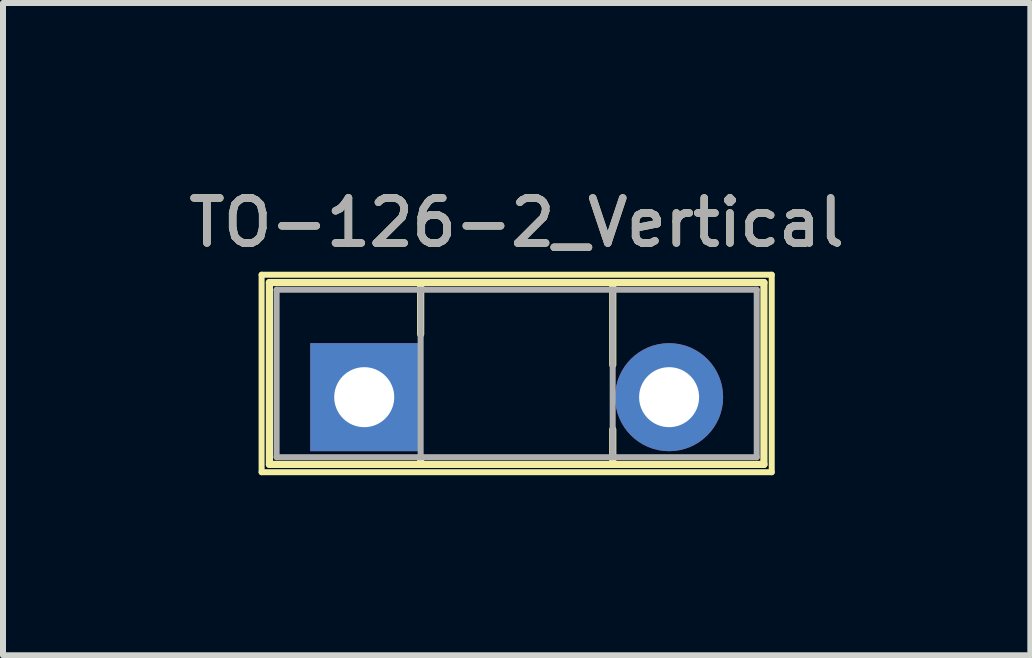
<source format=kicad_pcb>
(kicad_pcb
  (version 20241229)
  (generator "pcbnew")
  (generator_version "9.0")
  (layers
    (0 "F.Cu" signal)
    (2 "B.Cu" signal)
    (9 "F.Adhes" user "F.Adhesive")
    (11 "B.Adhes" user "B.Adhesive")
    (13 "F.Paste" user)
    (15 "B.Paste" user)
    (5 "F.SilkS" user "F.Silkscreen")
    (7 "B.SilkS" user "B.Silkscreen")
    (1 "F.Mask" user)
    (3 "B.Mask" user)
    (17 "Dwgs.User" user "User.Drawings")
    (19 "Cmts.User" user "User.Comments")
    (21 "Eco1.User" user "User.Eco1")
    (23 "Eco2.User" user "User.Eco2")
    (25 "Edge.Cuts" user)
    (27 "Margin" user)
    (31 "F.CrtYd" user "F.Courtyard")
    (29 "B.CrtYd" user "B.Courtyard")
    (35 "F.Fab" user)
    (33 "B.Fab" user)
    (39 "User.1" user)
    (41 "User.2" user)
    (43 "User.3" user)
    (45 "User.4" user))
  (footprint "TO-126-2_Vertical"
    (layer "F.Cu")
    (at 3.019 3.568)
    (property "Reference" "TO-126-2_Vertical" (at 2.54 -2.91 0) (layer "F.SilkS") (effects (font (size 0.75 0.75) (thickness 0.125))))
    (attr through_hole)
    (fp_line (start -1.71 -2.04) (end -1.71 1.25) (stroke (width 0.1) (type solid)) (layer "F.SilkS"))
    (fp_line (start -1.71 1.25) (end 6.79 1.25) (stroke (width 0.1) (type solid)) (layer "F.SilkS"))
    (fp_line (start -1.58 -1.91) (end -1.58 1.12) (stroke (width 0.12) (type solid)) (layer "F.SilkS"))
    (fp_line (start -1.58 -1.91) (end 6.66 -1.91) (stroke (width 0.12) (type solid)) (layer "F.SilkS"))
    (fp_line (start -1.58 1.12) (end 6.66 1.12) (stroke (width 0.12) (type solid)) (layer "F.SilkS"))
    (fp_line (start 0.94 -1.91) (end 0.94 -1.05) (stroke (width 0.12) (type solid)) (layer "F.SilkS"))
    (fp_line (start 0.94 1.05) (end 0.94 1.12) (stroke (width 0.12) (type solid)) (layer "F.SilkS"))
    (fp_line (start 4.141 -1.91) (end 4.141 -0.54) (stroke (width 0.12) (type solid)) (layer "F.SilkS"))
    (fp_line (start 4.141 0.54) (end 4.141 1.12) (stroke (width 0.12) (type solid)) (layer "F.SilkS"))
    (fp_line (start 6.66 -1.91) (end 6.66 1.12) (stroke (width 0.12) (type solid)) (layer "F.SilkS"))
    (fp_line (start 6.79 -2.04) (end -1.71 -2.04) (stroke (width 0.1) (type solid)) (layer "F.SilkS"))
    (fp_line (start 6.79 1.25) (end 6.79 -2.04) (stroke (width 0.1) (type solid)) (layer "F.SilkS"))
    (fp_line (start -1.46 -1.79) (end -1.46 1) (stroke (width 0.1) (type solid)) (layer "F.Fab"))
    (fp_line (start -1.46 1) (end 6.54 1) (stroke (width 0.1) (type solid)) (layer "F.Fab"))
    (fp_line (start 0.94 -1.79) (end 0.94 1) (stroke (width 0.1) (type solid)) (layer "F.Fab"))
    (fp_line (start 4.14 -1.79) (end 4.14 1) (stroke (width 0.1) (type solid)) (layer "F.Fab"))
    (fp_line (start 6.54 -1.79) (end -1.46 -1.79) (stroke (width 0.1) (type solid)) (layer "F.Fab"))
    (fp_line (start 6.54 1) (end 6.54 -1.79) (stroke (width 0.1) (type solid)) (layer "F.Fab"))
    (fp_text user "${REFERENCE}" (at 2.54 -2.91 0) (layer "F.Fab") (effects (font (size 0.75 0.75) (thickness 0.125))))
    (pad "1" thru_hole rect (at 0 0) (size 1.8 1.8) (drill 1) (layers "*.Cu" "*.Mask"))
    (pad "2" thru_hole circle (at 5.08 0) (size 1.8 1.8) (drill 1) (layers "*.Cu" "*.Mask")))
  (gr_rect
    (start -3 -3)
    (end 14.118 7.868)
    (stroke (width 0.1) (type default))
    (fill no)
    (layer "Edge.Cuts")))
</source>
